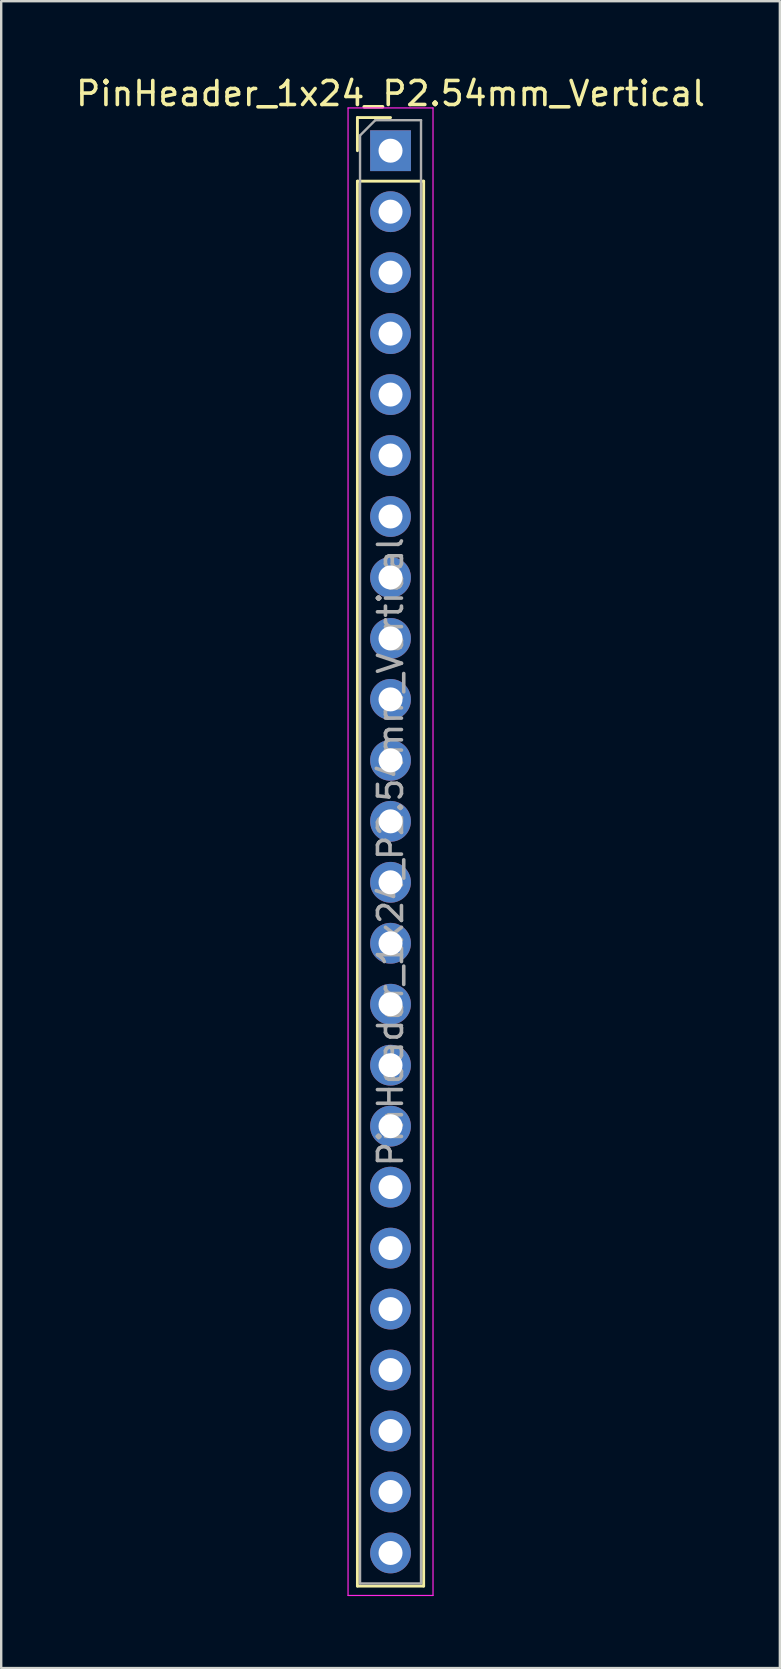
<source format=kicad_pcb>
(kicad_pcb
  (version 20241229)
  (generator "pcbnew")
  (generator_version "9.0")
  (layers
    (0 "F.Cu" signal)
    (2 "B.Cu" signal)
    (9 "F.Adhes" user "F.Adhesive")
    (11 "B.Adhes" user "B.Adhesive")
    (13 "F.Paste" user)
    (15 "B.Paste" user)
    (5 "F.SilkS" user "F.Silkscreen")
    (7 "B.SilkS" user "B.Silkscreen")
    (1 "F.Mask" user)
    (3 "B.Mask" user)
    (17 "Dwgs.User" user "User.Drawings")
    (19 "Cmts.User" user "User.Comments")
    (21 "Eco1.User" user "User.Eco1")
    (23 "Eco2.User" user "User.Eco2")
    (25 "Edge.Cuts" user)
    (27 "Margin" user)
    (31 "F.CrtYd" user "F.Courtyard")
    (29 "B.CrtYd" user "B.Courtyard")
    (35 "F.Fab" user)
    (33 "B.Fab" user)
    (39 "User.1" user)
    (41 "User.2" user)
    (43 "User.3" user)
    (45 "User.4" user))
  (footprint "PinHeader_1x24_P2.54mm_Vertical"
    (layer "F.Cu")
    (at 13.22 3.228)
    (property "Reference" "PinHeader_1x24_P2.54mm_Vertical" (at 0 -2.38 0) (layer "F.SilkS") (effects (font (size 1 1) (thickness 0.15))))
    (attr through_hole)
    (fp_line (start -1.38 -1.38) (end 0 -1.38) (stroke (width 0.12) (type solid)) (layer "F.SilkS"))
    (fp_line (start -1.38 0) (end -1.38 -1.38) (stroke (width 0.12) (type solid)) (layer "F.SilkS"))
    (fp_line (start -1.38 1.27) (end -1.38 59.8) (stroke (width 0.12) (type solid)) (layer "F.SilkS"))
    (fp_line (start -1.38 1.27) (end 1.38 1.27) (stroke (width 0.12) (type solid)) (layer "F.SilkS"))
    (fp_line (start -1.38 59.8) (end 1.38 59.8) (stroke (width 0.12) (type solid)) (layer "F.SilkS"))
    (fp_line (start 1.38 1.27) (end 1.38 59.8) (stroke (width 0.12) (type solid)) (layer "F.SilkS"))
    (fp_line (start -1.77 -1.78) (end -1.77 60.19) (stroke (width 0.05) (type solid)) (layer "F.CrtYd"))
    (fp_line (start -1.77 60.19) (end 1.77 60.19) (stroke (width 0.05) (type solid)) (layer "F.CrtYd"))
    (fp_line (start 1.77 -1.78) (end -1.77 -1.78) (stroke (width 0.05) (type solid)) (layer "F.CrtYd"))
    (fp_line (start 1.77 60.19) (end 1.77 -1.78) (stroke (width 0.05) (type solid)) (layer "F.CrtYd"))
    (fp_line (start -1.27 -0.635) (end -0.635 -1.27) (stroke (width 0.1) (type solid)) (layer "F.Fab"))
    (fp_line (start -1.27 59.69) (end -1.27 -0.635) (stroke (width 0.1) (type solid)) (layer "F.Fab"))
    (fp_line (start -0.635 -1.27) (end 1.27 -1.27) (stroke (width 0.1) (type solid)) (layer "F.Fab"))
    (fp_line (start 1.27 -1.27) (end 1.27 59.69) (stroke (width 0.1) (type solid)) (layer "F.Fab"))
    (fp_line (start 1.27 59.69) (end -1.27 59.69) (stroke (width 0.1) (type solid)) (layer "F.Fab"))
    (fp_text user "${REFERENCE}" (at 0 29.21 90) (layer "F.Fab") (effects (font (size 1 1) (thickness 0.15))))
    (pad "1" thru_hole rect (at 0 0) (size 1.7 1.7) (drill 1) (layers "*.Cu" "*.Mask"))
    (pad "2" thru_hole circle (at 0 2.54) (size 1.7 1.7) (drill 1) (layers "*.Cu" "*.Mask"))
    (pad "3" thru_hole circle (at 0 5.08) (size 1.7 1.7) (drill 1) (layers "*.Cu" "*.Mask"))
    (pad "4" thru_hole circle (at 0 7.62) (size 1.7 1.7) (drill 1) (layers "*.Cu" "*.Mask"))
    (pad "5" thru_hole circle (at 0 10.16) (size 1.7 1.7) (drill 1) (layers "*.Cu" "*.Mask"))
    (pad "6" thru_hole circle (at 0 12.7) (size 1.7 1.7) (drill 1) (layers "*.Cu" "*.Mask"))
    (pad "7" thru_hole circle (at 0 15.24) (size 1.7 1.7) (drill 1) (layers "*.Cu" "*.Mask"))
    (pad "8" thru_hole circle (at 0 17.78) (size 1.7 1.7) (drill 1) (layers "*.Cu" "*.Mask"))
    (pad "9" thru_hole circle (at 0 20.32) (size 1.7 1.7) (drill 1) (layers "*.Cu" "*.Mask"))
    (pad "10" thru_hole circle (at 0 22.86) (size 1.7 1.7) (drill 1) (layers "*.Cu" "*.Mask"))
    (pad "11" thru_hole circle (at 0 25.4) (size 1.7 1.7) (drill 1) (layers "*.Cu" "*.Mask"))
    (pad "12" thru_hole circle (at 0 27.94) (size 1.7 1.7) (drill 1) (layers "*.Cu" "*.Mask"))
    (pad "13" thru_hole circle (at 0 30.48) (size 1.7 1.7) (drill 1) (layers "*.Cu" "*.Mask"))
    (pad "14" thru_hole circle (at 0 33.02) (size 1.7 1.7) (drill 1) (layers "*.Cu" "*.Mask"))
    (pad "15" thru_hole circle (at 0 35.56) (size 1.7 1.7) (drill 1) (layers "*.Cu" "*.Mask"))
    (pad "16" thru_hole circle (at 0 38.1) (size 1.7 1.7) (drill 1) (layers "*.Cu" "*.Mask"))
    (pad "17" thru_hole circle (at 0 40.64) (size 1.7 1.7) (drill 1) (layers "*.Cu" "*.Mask"))
    (pad "18" thru_hole circle (at 0 43.18) (size 1.7 1.7) (drill 1) (layers "*.Cu" "*.Mask"))
    (pad "19" thru_hole circle (at 0 45.72) (size 1.7 1.7) (drill 1) (layers "*.Cu" "*.Mask"))
    (pad "20" thru_hole circle (at 0 48.26) (size 1.7 1.7) (drill 1) (layers "*.Cu" "*.Mask"))
    (pad "21" thru_hole circle (at 0 50.8) (size 1.7 1.7) (drill 1) (layers "*.Cu" "*.Mask"))
    (pad "22" thru_hole circle (at 0 53.34) (size 1.7 1.7) (drill 1) (layers "*.Cu" "*.Mask"))
    (pad "23" thru_hole circle (at 0 55.88) (size 1.7 1.7) (drill 1) (layers "*.Cu" "*.Mask"))
    (pad "24" thru_hole circle (at 0 58.42) (size 1.7 1.7) (drill 1) (layers "*.Cu" "*.Mask")))
  (gr_rect
    (start -3 -3)
    (end 29.44 66.443)
    (stroke (width 0.1) (type default))
    (fill no)
    (layer "Edge.Cuts")))
</source>
